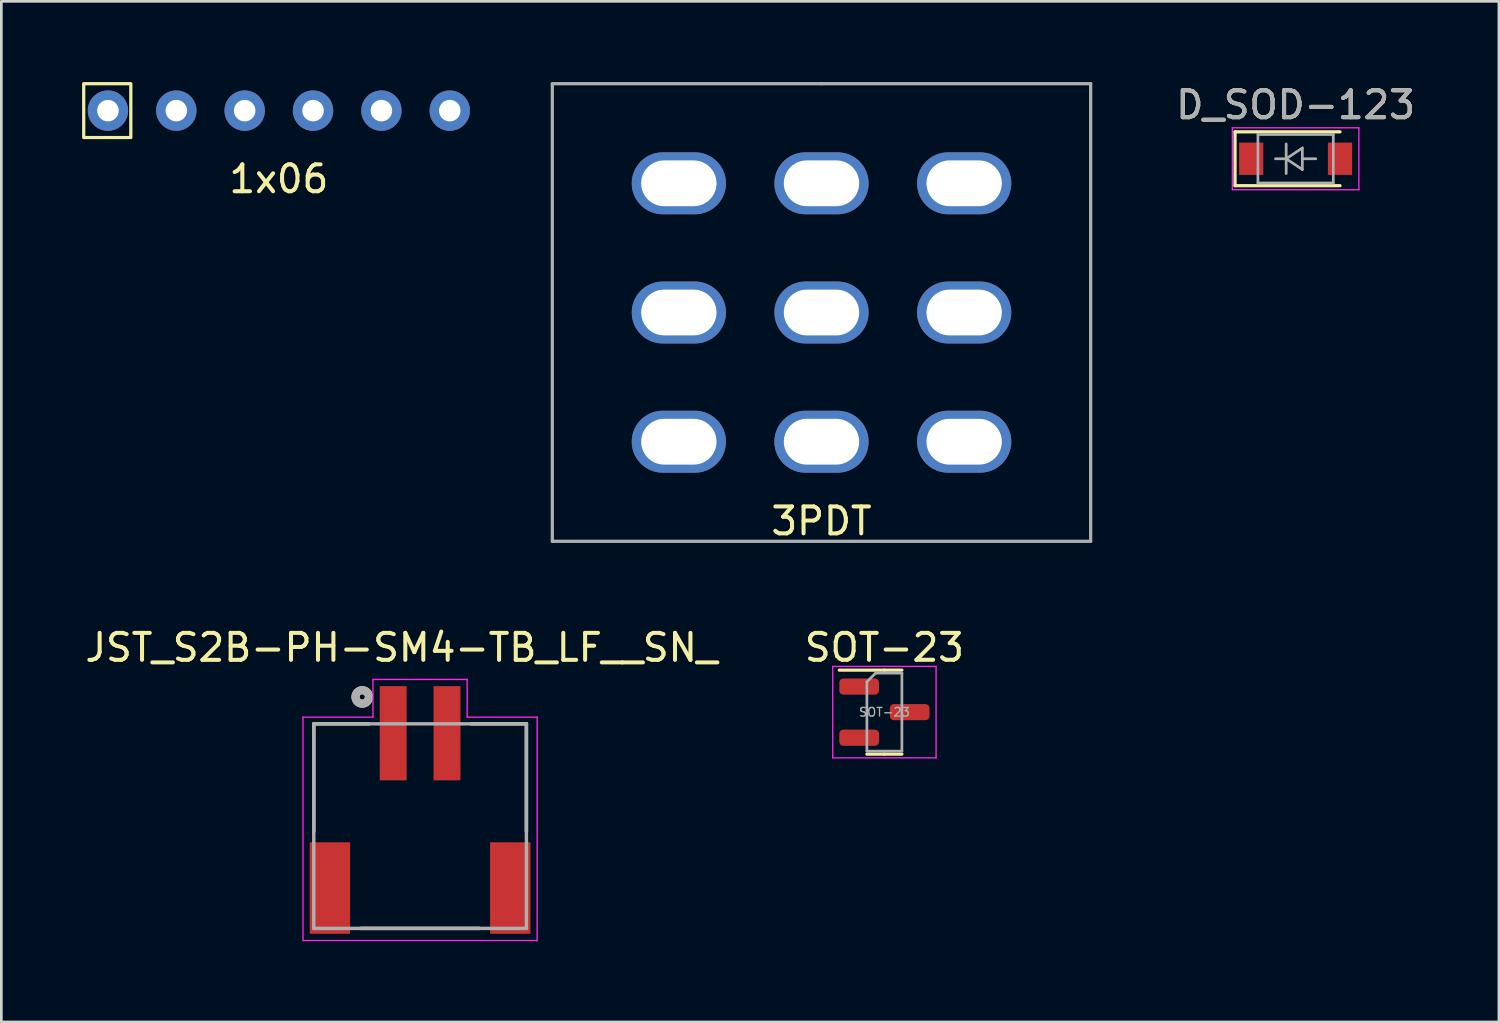
<source format=kicad_pcb>
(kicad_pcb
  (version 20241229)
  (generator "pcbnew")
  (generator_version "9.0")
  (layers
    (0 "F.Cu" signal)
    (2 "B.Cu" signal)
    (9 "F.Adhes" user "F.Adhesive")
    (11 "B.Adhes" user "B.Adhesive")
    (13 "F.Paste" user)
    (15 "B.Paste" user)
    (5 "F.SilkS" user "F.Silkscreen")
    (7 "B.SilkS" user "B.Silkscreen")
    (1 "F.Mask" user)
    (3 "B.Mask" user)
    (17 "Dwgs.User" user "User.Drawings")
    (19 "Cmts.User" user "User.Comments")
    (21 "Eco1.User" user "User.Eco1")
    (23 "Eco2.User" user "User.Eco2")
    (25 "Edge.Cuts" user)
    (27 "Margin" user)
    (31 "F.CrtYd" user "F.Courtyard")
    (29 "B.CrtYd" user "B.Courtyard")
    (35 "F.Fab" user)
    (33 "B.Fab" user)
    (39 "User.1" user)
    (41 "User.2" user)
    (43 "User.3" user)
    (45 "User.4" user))
  (footprint "1x06"
    (layer "F.Cu")
    (at 7.31 1.06)
    (property "Reference" "1x06" (at 0 2.54 0) (layer "F.SilkS") (effects (font (size 1 1) (thickness 0.15))))
    (attr through_hole)
    (fp_rect (start -5.5 -1) (end -7.25 1) (stroke (width 0.12) (type solid)) (fill no) (layer "F.SilkS"))
    (pad "1" thru_hole circle (at -6.35 0) (size 1.5 1.5) (drill 0.8) (layers "*.Cu" "*.Mask"))
    (pad "2" thru_hole circle (at -3.81 0) (size 1.5 1.5) (drill 0.8) (layers "*.Cu" "*.Mask"))
    (pad "3" thru_hole circle (at -1.27 0) (size 1.5 1.5) (drill 0.8) (layers "*.Cu" "*.Mask"))
    (pad "4" thru_hole circle (at 1.27 0) (size 1.5 1.5) (drill 0.8) (layers "*.Cu" "*.Mask"))
    (pad "5" thru_hole circle (at 3.81 0) (size 1.5 1.5) (drill 0.8) (layers "*.Cu" "*.Mask"))
    (pad "6" thru_hole circle (at 6.35 0) (size 1.5 1.5) (drill 0.8) (layers "*.Cu" "*.Mask")))
  (footprint "D_SOD-123"
    (layer "F.Cu")
    (at 45.084 2.848)
    (property "Reference" "D_SOD-123" (at 0 -2 0) (layer "F.SilkS") (effects (font (size 1 1) (thickness 0.15))))
    (attr smd)
    (fp_line (start -2.25 -1) (end -2.25 1) (stroke (width 0.12) (type solid)) (layer "F.SilkS"))
    (fp_line (start -2.25 -1) (end 1.65 -1) (stroke (width 0.12) (type solid)) (layer "F.SilkS"))
    (fp_line (start -2.25 1) (end 1.65 1) (stroke (width 0.12) (type solid)) (layer "F.SilkS"))
    (fp_line (start -2.35 -1.15) (end -2.35 1.15) (stroke (width 0.05) (type solid)) (layer "F.CrtYd"))
    (fp_line (start -2.35 -1.15) (end 2.35 -1.15) (stroke (width 0.05) (type solid)) (layer "F.CrtYd"))
    (fp_line (start 2.35 -1.15) (end 2.35 1.15) (stroke (width 0.05) (type solid)) (layer "F.CrtYd"))
    (fp_line (start 2.35 1.15) (end -2.35 1.15) (stroke (width 0.05) (type solid)) (layer "F.CrtYd"))
    (fp_line (start -1.4 -0.9) (end 1.4 -0.9) (stroke (width 0.1) (type solid)) (layer "F.Fab"))
    (fp_line (start -1.4 0.9) (end -1.4 -0.9) (stroke (width 0.1) (type solid)) (layer "F.Fab"))
    (fp_line (start -0.75 0) (end -0.35 0) (stroke (width 0.1) (type solid)) (layer "F.Fab"))
    (fp_line (start -0.35 0) (end -0.35 -0.55) (stroke (width 0.1) (type solid)) (layer "F.Fab"))
    (fp_line (start -0.35 0) (end -0.35 0.55) (stroke (width 0.1) (type solid)) (layer "F.Fab"))
    (fp_line (start -0.35 0) (end 0.25 -0.4) (stroke (width 0.1) (type solid)) (layer "F.Fab"))
    (fp_line (start 0.25 -0.4) (end 0.25 0.4) (stroke (width 0.1) (type solid)) (layer "F.Fab"))
    (fp_line (start 0.25 0) (end 0.75 0) (stroke (width 0.1) (type solid)) (layer "F.Fab"))
    (fp_line (start 0.25 0.4) (end -0.35 0) (stroke (width 0.1) (type solid)) (layer "F.Fab"))
    (fp_line (start 1.4 -0.9) (end 1.4 0.9) (stroke (width 0.1) (type solid)) (layer "F.Fab"))
    (fp_line (start 1.4 0.9) (end -1.4 0.9) (stroke (width 0.1) (type solid)) (layer "F.Fab"))
    (fp_text user "${REFERENCE}" (at 0 -2 0) (layer "F.Fab") (effects (font (size 1 1) (thickness 0.15))))
    (pad "1" smd rect (at -1.65 0) (size 0.9 1.2) (layers "F.Cu" "F.Mask" "F.Paste"))
    (pad "2" smd rect (at 1.65 0) (size 0.9 1.2) (layers "F.Cu" "F.Mask" "F.Paste")))
  (footprint "JST_S2B-PH-SM4-TB_LF__SN_"
    (layer "F.Cu")
    (at 12.557 24.192)
    (property "Reference" "JST_S2B-PH-SM4-TB_LF__SN_" (at -0.692 -3.184 0) (layer "F.SilkS") (effects (font (size 1.002 1.002) (thickness 0.15))))
    (attr smd)
    (fp_line (start -3.95 -0.35) (end -3.95 3.65) (stroke (width 0.127) (type solid)) (layer "F.SilkS"))
    (fp_line (start -2.2 7.25) (end 2.2 7.25) (stroke (width 0.127) (type solid)) (layer "F.SilkS"))
    (fp_line (start -1.9 -0.35) (end -3.95 -0.35) (stroke (width 0.127) (type solid)) (layer "F.SilkS"))
    (fp_line (start 3.95 -0.35) (end 1.9 -0.35) (stroke (width 0.127) (type solid)) (layer "F.SilkS"))
    (fp_line (start 3.95 3.65) (end 3.95 -0.35) (stroke (width 0.127) (type solid)) (layer "F.SilkS"))
    (fp_circle (center -2.15 -1.35) (end -2.05 -1.35) (stroke (width 0.3) (type solid)) (fill no) (layer "F.SilkS"))
    (fp_line (start -4.35 -0.6) (end -1.75 -0.6) (stroke (width 0.05) (type solid)) (layer "F.CrtYd"))
    (fp_line (start -4.35 7.7) (end -4.35 -0.6) (stroke (width 0.05) (type solid)) (layer "F.CrtYd"))
    (fp_line (start -1.75 -2) (end 1.75 -2) (stroke (width 0.05) (type solid)) (layer "F.CrtYd"))
    (fp_line (start -1.75 -0.6) (end -1.75 -2) (stroke (width 0.05) (type solid)) (layer "F.CrtYd"))
    (fp_line (start 1.75 -2) (end 1.75 -0.6) (stroke (width 0.05) (type solid)) (layer "F.CrtYd"))
    (fp_line (start 1.75 -0.6) (end 4.35 -0.6) (stroke (width 0.05) (type solid)) (layer "F.CrtYd"))
    (fp_line (start 4.35 -0.6) (end 4.35 7.7) (stroke (width 0.05) (type solid)) (layer "F.CrtYd"))
    (fp_line (start 4.35 7.7) (end -4.35 7.7) (stroke (width 0.05) (type solid)) (layer "F.CrtYd"))
    (fp_line (start -3.95 -0.35) (end 3.95 -0.35) (stroke (width 0.127) (type solid)) (layer "F.Fab"))
    (fp_line (start -3.95 7.25) (end -3.95 -0.35) (stroke (width 0.127) (type solid)) (layer "F.Fab"))
    (fp_line (start 3.95 -0.35) (end 3.95 7.25) (stroke (width 0.127) (type solid)) (layer "F.Fab"))
    (fp_line (start 3.95 7.25) (end -3.95 7.25) (stroke (width 0.127) (type solid)) (layer "F.Fab"))
    (fp_circle (center -2.15 -1.35) (end -2.05 -1.35) (stroke (width 0.3) (type solid)) (fill no) (layer "F.Fab"))
    (pad "1" smd rect (at -1 0) (size 1 3.5) (layers "F.Cu" "F.Mask" "F.Paste"))
    (pad "2" smd rect (at 1 0) (size 1 3.5) (layers "F.Cu" "F.Mask" "F.Paste"))
    (pad "S1" smd rect (at -3.35 5.75) (size 1.5 3.4) (layers "F.Cu" "F.Mask" "F.Paste"))
    (pad "S2" smd rect (at 3.35 5.75) (size 1.5 3.4) (layers "F.Cu" "F.Mask" "F.Paste")))
  (footprint "SOT-23"
    (layer "F.Cu")
    (at 29.807 23.407)
    (property "Reference" "SOT-23" (at 0 -2.4 0) (layer "F.SilkS") (effects (font (size 1 1) (thickness 0.15))))
    (attr smd)
    (fp_line (start 0 -1.56) (end -1.675 -1.56) (stroke (width 0.12) (type solid)) (layer "F.SilkS"))
    (fp_line (start 0 -1.56) (end 0.65 -1.56) (stroke (width 0.12) (type solid)) (layer "F.SilkS"))
    (fp_line (start 0 1.56) (end -0.65 1.56) (stroke (width 0.12) (type solid)) (layer "F.SilkS"))
    (fp_line (start 0 1.56) (end 0.65 1.56) (stroke (width 0.12) (type solid)) (layer "F.SilkS"))
    (fp_line (start -1.92 -1.7) (end -1.92 1.7) (stroke (width 0.05) (type solid)) (layer "F.CrtYd"))
    (fp_line (start -1.92 1.7) (end 1.92 1.7) (stroke (width 0.05) (type solid)) (layer "F.CrtYd"))
    (fp_line (start 1.92 -1.7) (end -1.92 -1.7) (stroke (width 0.05) (type solid)) (layer "F.CrtYd"))
    (fp_line (start 1.92 1.7) (end 1.92 -1.7) (stroke (width 0.05) (type solid)) (layer "F.CrtYd"))
    (fp_line (start -0.65 -1.125) (end -0.325 -1.45) (stroke (width 0.1) (type solid)) (layer "F.Fab"))
    (fp_line (start -0.65 1.45) (end -0.65 -1.125) (stroke (width 0.1) (type solid)) (layer "F.Fab"))
    (fp_line (start -0.325 -1.45) (end 0.65 -1.45) (stroke (width 0.1) (type solid)) (layer "F.Fab"))
    (fp_line (start 0.65 -1.45) (end 0.65 1.45) (stroke (width 0.1) (type solid)) (layer "F.Fab"))
    (fp_line (start 0.65 1.45) (end -0.65 1.45) (stroke (width 0.1) (type solid)) (layer "F.Fab"))
    (fp_text user "${REFERENCE}" (at 0 0 0) (layer "F.Fab") (effects (font (size 0.32 0.32) (thickness 0.05))))
    (pad "1" smd roundrect (at -0.938 -0.95) (size 1.475 0.6) (layers "F.Cu" "F.Mask" "F.Paste") (roundrect_rratio 0.25))
    (pad "2" smd roundrect (at -0.938 0.95) (size 1.475 0.6) (layers "F.Cu" "F.Mask" "F.Paste") (roundrect_rratio 0.25))
    (pad "3" smd roundrect (at 0.938 0) (size 1.475 0.6) (layers "F.Cu" "F.Mask" "F.Paste") (roundrect_rratio 0.25)))
  (footprint "3PDT"
    (layer "F.Cu")
    (at 27.47 8.56)
    (property "Reference" "3PDT" (at 0 7.75 0) (layer "F.SilkS") (effects (font (size 1 1) (thickness 0.15))))
    (attr through_hole)
    (fp_line (start -10 -8.5) (end 0 -8.5) (stroke (width 0.12) (type solid)) (layer "F.Fab"))
    (fp_line (start -10 8.5) (end -10 -8.5) (stroke (width 0.12) (type solid)) (layer "F.Fab"))
    (fp_line (start 0 -8.5) (end 10 -8.5) (stroke (width 0.12) (type solid)) (layer "F.Fab"))
    (fp_line (start 10 -8.5) (end 10 8.5) (stroke (width 0.12) (type solid)) (layer "F.Fab"))
    (fp_line (start 10 8.5) (end -10 8.5) (stroke (width 0.12) (type solid)) (layer "F.Fab"))
    (pad "1" thru_hole oval (at -5.3 -4.8) (size 3.5 2.3) (drill oval 2.8 1.7) (layers "*.Cu" "*.Mask"))
    (pad "2" thru_hole oval (at -5.3 0) (size 3.5 2.3) (drill oval 2.8 1.7) (layers "*.Cu" "*.Mask"))
    (pad "3" thru_hole oval (at -5.3 4.8) (size 3.5 2.3) (drill oval 2.8 1.7) (layers "*.Cu" "*.Mask"))
    (pad "4" thru_hole oval (at 0 -4.8) (size 3.5 2.3) (drill oval 2.8 1.7) (layers "*.Cu" "*.Mask"))
    (pad "5" thru_hole oval (at 0 0) (size 3.5 2.3) (drill oval 2.8 1.7) (layers "*.Cu" "*.Mask"))
    (pad "6" thru_hole oval (at 0 4.8) (size 3.5 2.3) (drill oval 2.8 1.7) (layers "*.Cu" "*.Mask"))
    (pad "7" thru_hole oval (at 5.3 -4.8) (size 3.5 2.3) (drill oval 2.8 1.7) (layers "*.Cu" "*.Mask"))
    (pad "8" thru_hole oval (at 5.3 0) (size 3.5 2.3) (drill oval 2.8 1.7) (layers "*.Cu" "*.Mask"))
    (pad "9" thru_hole oval (at 5.3 4.8) (size 3.5 2.3) (drill oval 2.8 1.7) (layers "*.Cu" "*.Mask")))
  (gr_rect
    (start -3 -3)
    (end 52.637 34.917)
    (stroke (width 0.1) (type default))
    (fill no)
    (layer "Edge.Cuts")))
</source>
